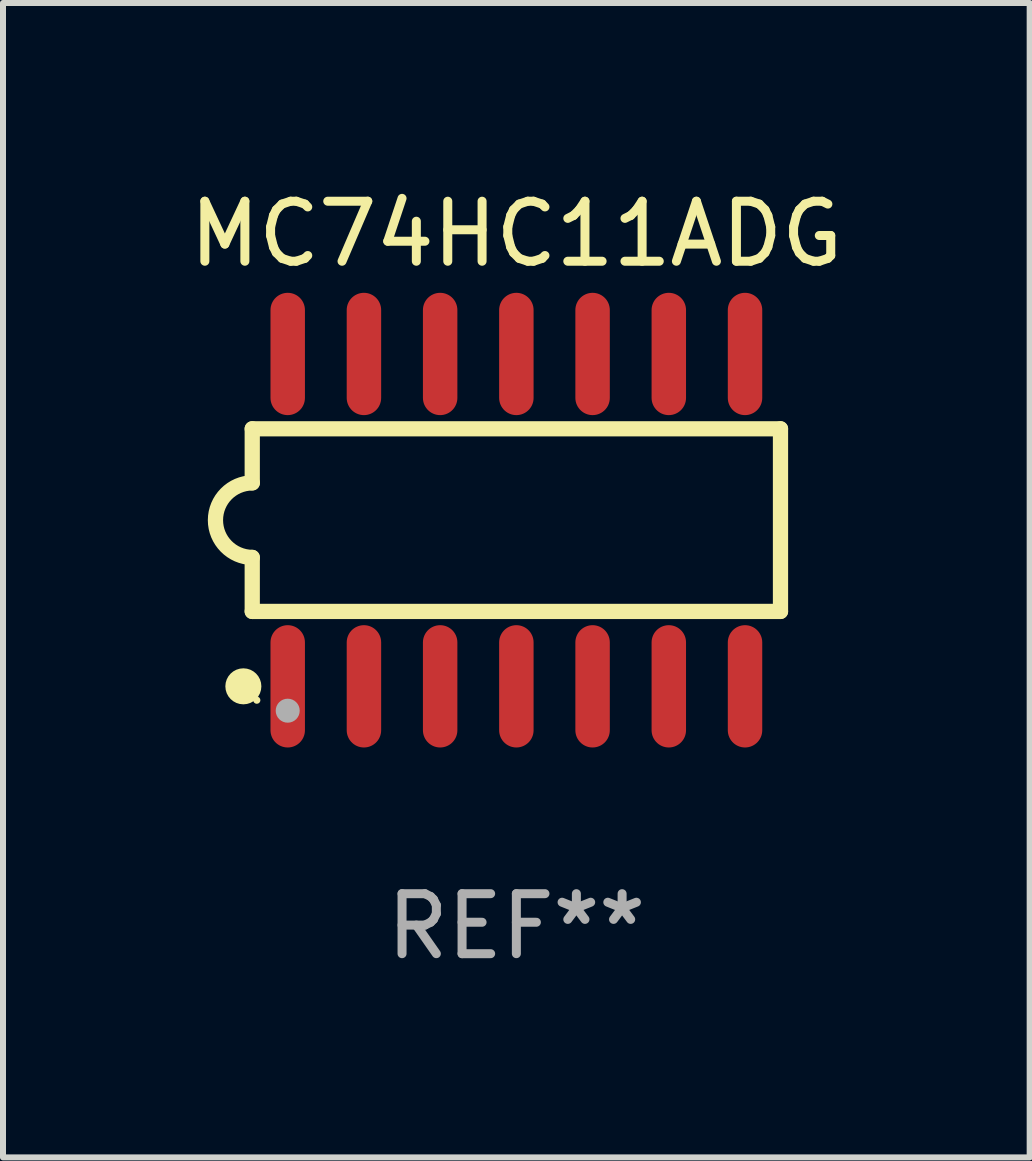
<source format=kicad_pcb>
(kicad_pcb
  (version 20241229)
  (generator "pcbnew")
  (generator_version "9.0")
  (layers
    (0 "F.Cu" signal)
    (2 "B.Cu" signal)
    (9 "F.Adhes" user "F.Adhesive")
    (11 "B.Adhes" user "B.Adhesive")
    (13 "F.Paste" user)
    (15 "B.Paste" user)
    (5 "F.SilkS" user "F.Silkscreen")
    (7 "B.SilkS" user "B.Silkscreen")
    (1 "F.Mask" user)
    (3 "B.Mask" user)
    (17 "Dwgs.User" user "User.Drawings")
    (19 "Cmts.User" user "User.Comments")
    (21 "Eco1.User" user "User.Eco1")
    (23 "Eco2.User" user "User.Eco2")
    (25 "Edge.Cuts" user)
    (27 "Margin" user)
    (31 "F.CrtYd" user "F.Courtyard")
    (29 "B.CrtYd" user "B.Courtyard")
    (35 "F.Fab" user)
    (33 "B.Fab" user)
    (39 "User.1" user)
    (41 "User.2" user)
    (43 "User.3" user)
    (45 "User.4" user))
  (footprint "MC74HC11ADG"
    (layer "F.Cu")
    (at 5.554 5.617)
    (property "Reference" "MC74HC11ADG" (at 0 -4.769 0) (layer "F.SilkS") (effects (font (size 1 1) (thickness 0.15))))
    (attr through_hole)
    (fp_line (start -4.401 -1.522) (end -4.401 -0.622) (stroke (width 0.254) (type solid)) (layer "F.SilkS"))
    (fp_line (start -4.401 -1.522) (end 4.401 -1.522) (stroke (width 0.254) (type solid)) (layer "F.SilkS"))
    (fp_line (start -4.401 1.521) (end -4.401 0.621) (stroke (width 0.254) (type solid)) (layer "F.SilkS"))
    (fp_line (start 4.401 -1.522) (end 4.401 1.521) (stroke (width 0.254) (type solid)) (layer "F.SilkS"))
    (fp_line (start 4.401 1.521) (end -4.401 1.521) (stroke (width 0.254) (type solid)) (layer "F.SilkS"))
    (fp_arc (start -4.401219 0.621311) (mid -5.021261 -0.000419) (end -4.400101 -0.621032) (stroke (width 0.254001) (type solid)) (layer "F.SilkS"))
    (fp_circle (center -4.549 2.769) (end -4.399 2.769) (stroke (width 0.3) (type solid)) (fill no) (layer "F.SilkS"))
    (fp_circle (center -4.325 3) (end -4.295 3) (stroke (width 0.06) (type solid)) (fill no) (layer "F.SilkS"))
    (fp_circle (center -3.81 3.175) (end -3.71 3.175) (stroke (width 0.2) (type solid)) (fill no) (layer "F.Fab"))
    (fp_text user "REF**" (at 0 6.769 0) (layer "F.Fab") (effects (font (size 1 1) (thickness 0.15))))
    (pad "1" smd oval (at -3.81 2.769) (size 0.574 2.038) (layers "F.Cu" "F.Mask" "F.Paste"))
    (pad "2" smd oval (at -2.54 2.769) (size 0.574 2.038) (layers "F.Cu" "F.Mask" "F.Paste"))
    (pad "3" smd oval (at -1.27 2.769) (size 0.574 2.038) (layers "F.Cu" "F.Mask" "F.Paste"))
    (pad "4" smd oval (at -0.000051 2.769) (size 0.574 2.038) (layers "F.Cu" "F.Mask" "F.Paste"))
    (pad "5" smd oval (at 1.27 2.769) (size 0.574 2.038) (layers "F.Cu" "F.Mask" "F.Paste"))
    (pad "6" smd oval (at 2.54 2.769) (size 0.574 2.038) (layers "F.Cu" "F.Mask" "F.Paste"))
    (pad "7" smd oval (at 3.81 2.769) (size 0.574 2.038) (layers "F.Cu" "F.Mask" "F.Paste"))
    (pad "8" smd oval (at 3.81 -2.769) (size 0.574 2.038) (layers "F.Cu" "F.Mask" "F.Paste"))
    (pad "9" smd oval (at 2.54 -2.769) (size 0.574 2.038) (layers "F.Cu" "F.Mask" "F.Paste"))
    (pad "10" smd oval (at 1.27 -2.769) (size 0.574 2.038) (layers "F.Cu" "F.Mask" "F.Paste"))
    (pad "11" smd oval (at -0.000051 -2.769) (size 0.574 2.038) (layers "F.Cu" "F.Mask" "F.Paste"))
    (pad "12" smd oval (at -1.27 -2.769) (size 0.574 2.038) (layers "F.Cu" "F.Mask" "F.Paste"))
    (pad "13" smd oval (at -2.54 -2.769) (size 0.574 2.038) (layers "F.Cu" "F.Mask" "F.Paste"))
    (pad "14" smd oval (at -3.81 -2.769) (size 0.574 2.038) (layers "F.Cu" "F.Mask" "F.Paste")))
  (gr_rect
    (start -3 -3)
    (end 14.107 16.235)
    (stroke (width 0.1) (type default))
    (fill no)
    (layer "Edge.Cuts")))
</source>
